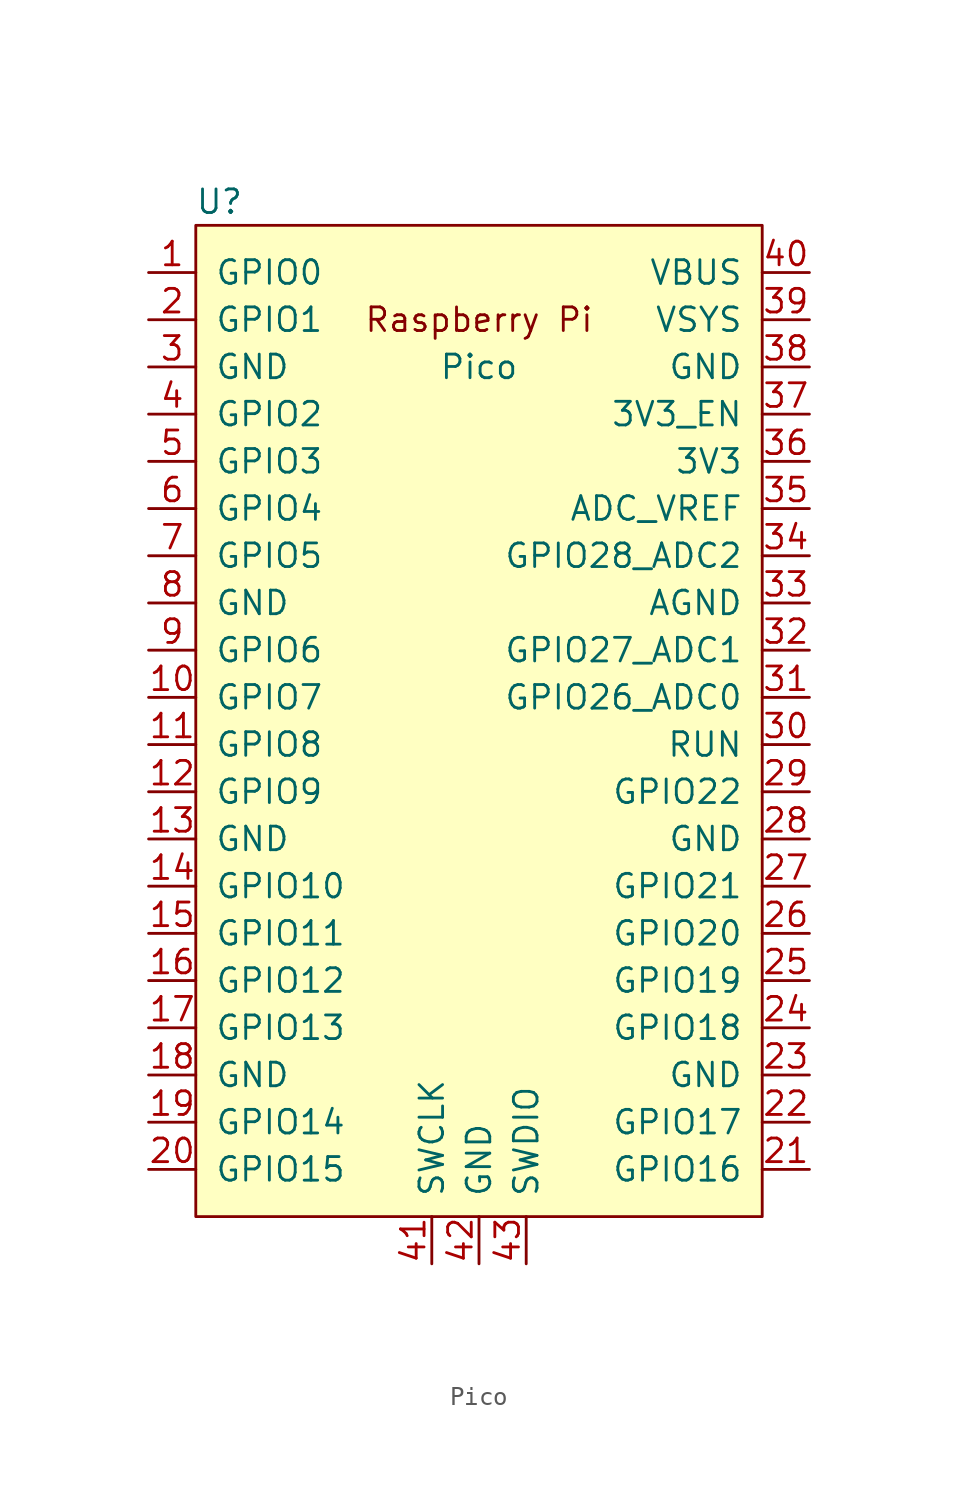
<source format=kicad_sym>
(kicad_symbol_lib
  (version 20211014)
  (generator kicad_symbol_editor)
  (symbol "Pico"
    (pin_names
      (offset 1.016))
    (property "Reference" "U"
      (at -13.97 27.94 0)
      (effects (font (size 1.27 1.27))))
    (property "Value" "Pico"
      (at 0 19.05 0)
      (effects (font (size 1.27 1.27))))
    (symbol "Pico_0_0"
      (text "Raspberry Pi" (at 0 21.59 0) (effects (font (size 1.27 1.27)))))
    (symbol "Pico_0_1"
      (rectangle (start -15.24 26.67) (end 15.24 -26.67) (stroke (width 0) (type default) (color 0 0 0 0)) (fill (type background))))
    (symbol "Pico_1_1"
      (pin bidirectional line (at -17.78 24.13 0) (length 2.54) (name "GPIO0" (effects (font (size 1.27 1.27)))) (number "1" (effects (font (size 1.27 1.27)))))
      (pin bidirectional line (at -17.78 1.27 0) (length 2.54) (name "GPIO7" (effects (font (size 1.27 1.27)))) (number "10" (effects (font (size 1.27 1.27)))))
      (pin bidirectional line (at -17.78 -1.27 0) (length 2.54) (name "GPIO8" (effects (font (size 1.27 1.27)))) (number "11" (effects (font (size 1.27 1.27)))))
      (pin bidirectional line (at -17.78 -3.81 0) (length 2.54) (name "GPIO9" (effects (font (size 1.27 1.27)))) (number "12" (effects (font (size 1.27 1.27)))))
      (pin power_in line (at -17.78 -6.35 0) (length 2.54) (name "GND" (effects (font (size 1.27 1.27)))) (number "13" (effects (font (size 1.27 1.27)))))
      (pin bidirectional line (at -17.78 -8.89 0) (length 2.54) (name "GPIO10" (effects (font (size 1.27 1.27)))) (number "14" (effects (font (size 1.27 1.27)))))
      (pin bidirectional line (at -17.78 -11.43 0) (length 2.54) (name "GPIO11" (effects (font (size 1.27 1.27)))) (number "15" (effects (font (size 1.27 1.27)))))
      (pin bidirectional line (at -17.78 -13.97 0) (length 2.54) (name "GPIO12" (effects (font (size 1.27 1.27)))) (number "16" (effects (font (size 1.27 1.27)))))
      (pin bidirectional line (at -17.78 -16.51 0) (length 2.54) (name "GPIO13" (effects (font (size 1.27 1.27)))) (number "17" (effects (font (size 1.27 1.27)))))
      (pin power_in line (at -17.78 -19.05 0) (length 2.54) (name "GND" (effects (font (size 1.27 1.27)))) (number "18" (effects (font (size 1.27 1.27)))))
      (pin bidirectional line (at -17.78 -21.59 0) (length 2.54) (name "GPIO14" (effects (font (size 1.27 1.27)))) (number "19" (effects (font (size 1.27 1.27)))))
      (pin bidirectional line (at -17.78 21.59 0) (length 2.54) (name "GPIO1" (effects (font (size 1.27 1.27)))) (number "2" (effects (font (size 1.27 1.27)))))
      (pin bidirectional line (at -17.78 -24.13 0) (length 2.54) (name "GPIO15" (effects (font (size 1.27 1.27)))) (number "20" (effects (font (size 1.27 1.27)))))
      (pin bidirectional line (at 17.78 -24.13 180) (length 2.54) (name "GPIO16" (effects (font (size 1.27 1.27)))) (number "21" (effects (font (size 1.27 1.27)))))
      (pin bidirectional line (at 17.78 -21.59 180) (length 2.54) (name "GPIO17" (effects (font (size 1.27 1.27)))) (number "22" (effects (font (size 1.27 1.27)))))
      (pin power_in line (at 17.78 -19.05 180) (length 2.54) (name "GND" (effects (font (size 1.27 1.27)))) (number "23" (effects (font (size 1.27 1.27)))))
      (pin bidirectional line (at 17.78 -16.51 180) (length 2.54) (name "GPIO18" (effects (font (size 1.27 1.27)))) (number "24" (effects (font (size 1.27 1.27)))))
      (pin bidirectional line (at 17.78 -13.97 180) (length 2.54) (name "GPIO19" (effects (font (size 1.27 1.27)))) (number "25" (effects (font (size 1.27 1.27)))))
      (pin bidirectional line (at 17.78 -11.43 180) (length 2.54) (name "GPIO20" (effects (font (size 1.27 1.27)))) (number "26" (effects (font (size 1.27 1.27)))))
      (pin bidirectional line (at 17.78 -8.89 180) (length 2.54) (name "GPIO21" (effects (font (size 1.27 1.27)))) (number "27" (effects (font (size 1.27 1.27)))))
      (pin power_in line (at 17.78 -6.35 180) (length 2.54) (name "GND" (effects (font (size 1.27 1.27)))) (number "28" (effects (font (size 1.27 1.27)))))
      (pin bidirectional line (at 17.78 -3.81 180) (length 2.54) (name "GPIO22" (effects (font (size 1.27 1.27)))) (number "29" (effects (font (size 1.27 1.27)))))
      (pin power_in line (at -17.78 19.05 0) (length 2.54) (name "GND" (effects (font (size 1.27 1.27)))) (number "3" (effects (font (size 1.27 1.27)))))
      (pin input line (at 17.78 -1.27 180) (length 2.54) (name "RUN" (effects (font (size 1.27 1.27)))) (number "30" (effects (font (size 1.27 1.27)))))
      (pin bidirectional line (at 17.78 1.27 180) (length 2.54) (name "GPIO26_ADC0" (effects (font (size 1.27 1.27)))) (number "31" (effects (font (size 1.27 1.27)))))
      (pin bidirectional line (at 17.78 3.81 180) (length 2.54) (name "GPIO27_ADC1" (effects (font (size 1.27 1.27)))) (number "32" (effects (font (size 1.27 1.27)))))
      (pin power_in line (at 17.78 6.35 180) (length 2.54) (name "AGND" (effects (font (size 1.27 1.27)))) (number "33" (effects (font (size 1.27 1.27)))))
      (pin bidirectional line (at 17.78 8.89 180) (length 2.54) (name "GPIO28_ADC2" (effects (font (size 1.27 1.27)))) (number "34" (effects (font (size 1.27 1.27)))))
      (pin unspecified line (at 17.78 11.43 180) (length 2.54) (name "ADC_VREF" (effects (font (size 1.27 1.27)))) (number "35" (effects (font (size 1.27 1.27)))))
      (pin unspecified line (at 17.78 13.97 180) (length 2.54) (name "3V3" (effects (font (size 1.27 1.27)))) (number "36" (effects (font (size 1.27 1.27)))))
      (pin input line (at 17.78 16.51 180) (length 2.54) (name "3V3_EN" (effects (font (size 1.27 1.27)))) (number "37" (effects (font (size 1.27 1.27)))))
      (pin bidirectional line (at 17.78 19.05 180) (length 2.54) (name "GND" (effects (font (size 1.27 1.27)))) (number "38" (effects (font (size 1.27 1.27)))))
      (pin unspecified line (at 17.78 21.59 180) (length 2.54) (name "VSYS" (effects (font (size 1.27 1.27)))) (number "39" (effects (font (size 1.27 1.27)))))
      (pin bidirectional line (at -17.78 16.51 0) (length 2.54) (name "GPIO2" (effects (font (size 1.27 1.27)))) (number "4" (effects (font (size 1.27 1.27)))))
      (pin unspecified line (at 17.78 24.13 180) (length 2.54) (name "VBUS" (effects (font (size 1.27 1.27)))) (number "40" (effects (font (size 1.27 1.27)))))
      (pin input line (at -2.54 -29.21 90) (length 2.54) (name "SWCLK" (effects (font (size 1.27 1.27)))) (number "41" (effects (font (size 1.27 1.27)))))
      (pin power_in line (at 0 -29.21 90) (length 2.54) (name "GND" (effects (font (size 1.27 1.27)))) (number "42" (effects (font (size 1.27 1.27)))))
      (pin bidirectional line (at 2.54 -29.21 90) (length 2.54) (name "SWDIO" (effects (font (size 1.27 1.27)))) (number "43" (effects (font (size 1.27 1.27)))))
      (pin bidirectional line (at -17.78 13.97 0) (length 2.54) (name "GPIO3" (effects (font (size 1.27 1.27)))) (number "5" (effects (font (size 1.27 1.27)))))
      (pin bidirectional line (at -17.78 11.43 0) (length 2.54) (name "GPIO4" (effects (font (size 1.27 1.27)))) (number "6" (effects (font (size 1.27 1.27)))))
      (pin bidirectional line (at -17.78 8.89 0) (length 2.54) (name "GPIO5" (effects (font (size 1.27 1.27)))) (number "7" (effects (font (size 1.27 1.27)))))
      (pin power_in line (at -17.78 6.35 0) (length 2.54) (name "GND" (effects (font (size 1.27 1.27)))) (number "8" (effects (font (size 1.27 1.27)))))
      (pin bidirectional line (at -17.78 3.81 0) (length 2.54) (name "GPIO6" (effects (font (size 1.27 1.27)))) (number "9" (effects (font (size 1.27 1.27))))))))
</source>
